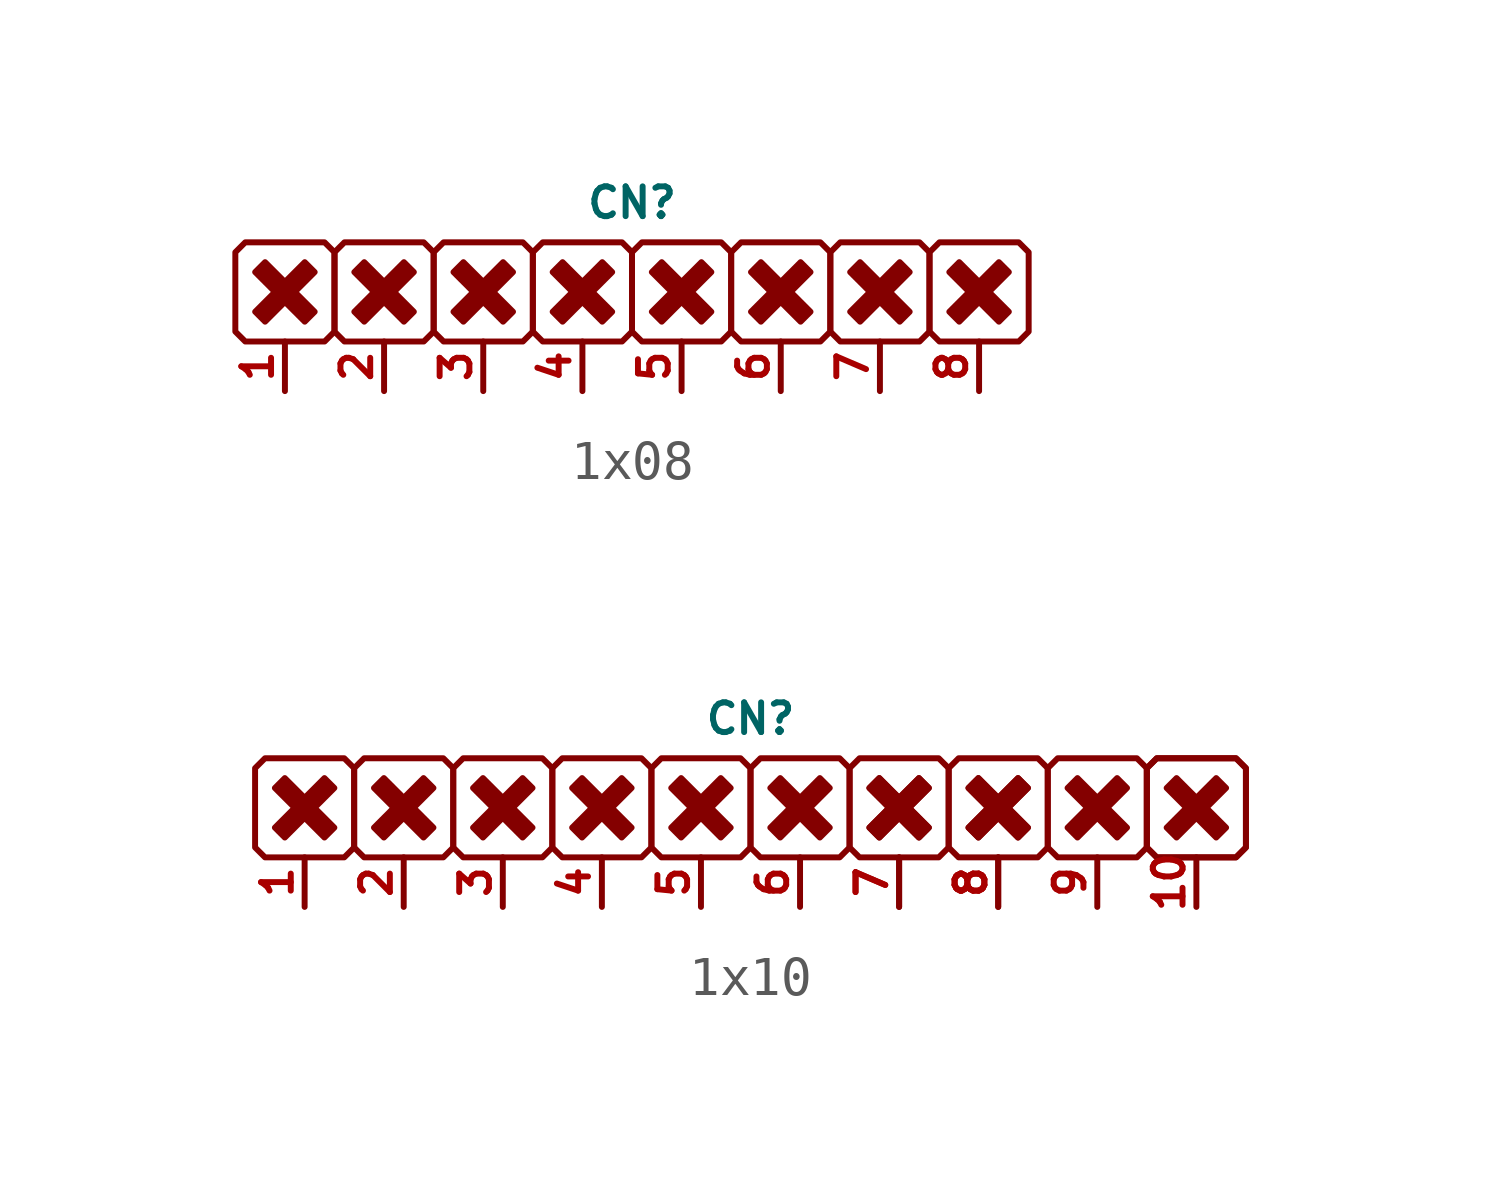
<source format=kicad_sym>
(kicad_symbol_lib
  (version 20220914)
  (generator kicad_symbol_editor)
  (symbol "1x08"
    (pin_names
      (offset 0) hide)
    (property "Reference" "CN"
      (at 0 4.826 0)
      (effects (font (size 0.762 0.762))))
    (symbol "1x08_0_1"
      (polyline (pts (xy -8.89 1.27) (xy -9.906 1.27) (xy -10.16 1.524) (xy -10.16 3.556) (xy -9.906 3.81) (xy -7.874 3.81) (xy -7.62 3.556) (xy -7.62 1.524) (xy -7.874 1.27) (xy -8.89 1.27)) (stroke (width 0) (type solid)) (fill (type none)))
      (polyline (pts (xy -6.35 1.27) (xy -7.366 1.27) (xy -7.62 1.524) (xy -7.62 3.556) (xy -7.366 3.81) (xy -5.334 3.81) (xy -5.08 3.556) (xy -5.08 1.524) (xy -5.334 1.27) (xy -6.35 1.27)) (stroke (width 0) (type solid)) (fill (type none)))
      (polyline (pts (xy -3.81 1.27) (xy -4.826 1.27) (xy -5.08 1.524) (xy -5.08 3.556) (xy -4.826 3.81) (xy -2.794 3.81) (xy -2.54 3.556) (xy -2.54 1.524) (xy -2.794 1.27) (xy -3.81 1.27)) (stroke (width 0) (type solid)) (fill (type none)))
      (polyline (pts (xy -1.27 1.27) (xy -2.286 1.27) (xy -2.54 1.524) (xy -2.54 3.556) (xy -2.286 3.81) (xy -0.254 3.81) (xy 0 3.556) (xy 0 1.524) (xy -0.254 1.27) (xy -1.27 1.27)) (stroke (width 0) (type solid)) (fill (type none)))
      (polyline (pts (xy 1.27 1.27) (xy 0.254 1.27) (xy 0 1.524) (xy 0 3.556) (xy 0.254 3.81) (xy 2.286 3.81) (xy 2.54 3.556) (xy 2.54 1.524) (xy 2.286 1.27) (xy 1.27 1.27)) (stroke (width 0) (type solid)) (fill (type none)))
      (polyline (pts (xy 3.81 1.27) (xy 2.794 1.27) (xy 2.54 1.524) (xy 2.54 3.556) (xy 2.794 3.81) (xy 4.826 3.81) (xy 5.08 3.556) (xy 5.08 1.524) (xy 4.826 1.27) (xy 3.81 1.27)) (stroke (width 0) (type solid)) (fill (type none)))
      (polyline (pts (xy 6.35 1.27) (xy 5.334 1.27) (xy 5.08 1.524) (xy 5.08 3.556) (xy 5.334 3.81) (xy 7.366 3.81) (xy 7.62 3.556) (xy 7.62 1.524) (xy 7.366 1.27) (xy 6.35 1.27)) (stroke (width 0) (type solid)) (fill (type none)))
      (polyline (pts (xy 8.89 1.27) (xy 7.874 1.27) (xy 7.62 1.524) (xy 7.62 3.556) (xy 7.874 3.81) (xy 9.906 3.81) (xy 10.16 3.556) (xy 10.16 1.524) (xy 9.906 1.27) (xy 8.89 1.27)) (stroke (width 0) (type solid)) (fill (type none)))
      (polyline (pts (xy -9.398 1.778) (xy -9.652 2.032) (xy -9.144 2.54) (xy -9.652 3.048) (xy -9.398 3.302) (xy -8.89 2.794) (xy -8.382 3.302) (xy -8.128 3.048) (xy -8.636 2.54) (xy -8.128 2.032) (xy -8.382 1.778) (xy -8.89 2.286) (xy -9.398 1.778)) (stroke (width 0) (type solid)) (fill (type outline)))
      (polyline (pts (xy -6.858 1.778) (xy -7.112 2.032) (xy -6.604 2.54) (xy -7.112 3.048) (xy -6.858 3.302) (xy -6.35 2.794) (xy -5.842 3.302) (xy -5.588 3.048) (xy -6.096 2.54) (xy -5.588 2.032) (xy -5.842 1.778) (xy -6.35 2.286) (xy -6.858 1.778)) (stroke (width 0) (type solid)) (fill (type outline)))
      (polyline (pts (xy -4.318 1.778) (xy -4.572 2.032) (xy -4.064 2.54) (xy -4.572 3.048) (xy -4.318 3.302) (xy -3.81 2.794) (xy -3.302 3.302) (xy -3.048 3.048) (xy -3.556 2.54) (xy -3.048 2.032) (xy -3.302 1.778) (xy -3.81 2.286) (xy -4.318 1.778)) (stroke (width 0) (type solid)) (fill (type outline)))
      (polyline (pts (xy -1.778 1.778) (xy -2.032 2.032) (xy -1.524 2.54) (xy -2.032 3.048) (xy -1.778 3.302) (xy -1.27 2.794) (xy -0.762 3.302) (xy -0.508 3.048) (xy -1.016 2.54) (xy -0.508 2.032) (xy -0.762 1.778) (xy -1.27 2.286) (xy -1.778 1.778)) (stroke (width 0) (type solid)) (fill (type outline)))
      (polyline (pts (xy 0.762 1.778) (xy 0.508 2.032) (xy 1.016 2.54) (xy 0.508 3.048) (xy 0.762 3.302) (xy 1.27 2.794) (xy 1.778 3.302) (xy 2.032 3.048) (xy 1.524 2.54) (xy 2.032 2.032) (xy 1.778 1.778) (xy 1.27 2.286) (xy 0.762 1.778)) (stroke (width 0) (type solid)) (fill (type outline)))
      (polyline (pts (xy 3.302 1.778) (xy 3.048 2.032) (xy 3.556 2.54) (xy 3.048 3.048) (xy 3.302 3.302) (xy 3.81 2.794) (xy 4.318 3.302) (xy 4.572 3.048) (xy 4.064 2.54) (xy 4.572 2.032) (xy 4.318 1.778) (xy 3.81 2.286) (xy 3.302 1.778)) (stroke (width 0) (type solid)) (fill (type outline)))
      (polyline (pts (xy 5.842 1.778) (xy 5.588 2.032) (xy 6.096 2.54) (xy 5.588 3.048) (xy 5.842 3.302) (xy 6.35 2.794) (xy 6.858 3.302) (xy 7.112 3.048) (xy 6.604 2.54) (xy 7.112 2.032) (xy 6.858 1.778) (xy 6.35 2.286) (xy 5.842 1.778)) (stroke (width 0) (type solid)) (fill (type outline)))
      (polyline (pts (xy 8.382 1.778) (xy 8.128 2.032) (xy 8.636 2.54) (xy 8.128 3.048) (xy 8.382 3.302) (xy 8.89 2.794) (xy 9.398 3.302) (xy 9.652 3.048) (xy 9.144 2.54) (xy 9.652 2.032) (xy 9.398 1.778) (xy 8.89 2.286) (xy 8.382 1.778)) (stroke (width 0) (type solid)) (fill (type outline))))
    (symbol "1x08_1_1"
      (pin passive line (at -8.89 0 90) (length 1.27) (name "1" (effects (font (size 0.762 0.762)))) (number "1" (effects (font (size 0.762 0.762)))))
      (pin passive line (at -6.35 0 90) (length 1.27) (name "2" (effects (font (size 0.762 0.762)))) (number "2" (effects (font (size 0.762 0.762)))))
      (pin passive line (at -3.81 0 90) (length 1.27) (name "3" (effects (font (size 0.762 0.762)))) (number "3" (effects (font (size 0.762 0.762)))))
      (pin passive line (at -1.27 0 90) (length 1.27) (name "4" (effects (font (size 0.762 0.762)))) (number "4" (effects (font (size 0.762 0.762)))))
      (pin passive line (at 1.27 0 90) (length 1.27) (name "5" (effects (font (size 0.762 0.762)))) (number "5" (effects (font (size 0.762 0.762)))))
      (pin passive line (at 3.81 0 90) (length 1.27) (name "6" (effects (font (size 0.762 0.762)))) (number "6" (effects (font (size 0.762 0.762)))))
      (pin passive line (at 6.35 0 90) (length 1.27) (name "7" (effects (font (size 0.762 0.762)))) (number "7" (effects (font (size 0.762 0.762)))))
      (pin passive line (at 8.89 0 90) (length 1.27) (name "8" (effects (font (size 0.762 0.762)))) (number "8" (effects (font (size 0.762 0.762)))))))
  (symbol "1x10"
    (pin_names
      (offset 0) hide)
    (property "Reference" "CN"
      (at 0 4.826 0)
      (effects (font (size 0.762 0.762))))
    (symbol "1x10_0_1"
      (polyline (pts (xy -11.43 1.27) (xy -12.446 1.27) (xy -12.7 1.524) (xy -12.7 3.556) (xy -12.446 3.81) (xy -10.414 3.81) (xy -10.16 3.556) (xy -10.16 1.524) (xy -10.414 1.27) (xy -11.43 1.27)) (stroke (width 0) (type solid)) (fill (type none)))
      (polyline (pts (xy -8.89 1.27) (xy -9.906 1.27) (xy -10.16 1.524) (xy -10.16 3.556) (xy -9.906 3.81) (xy -7.874 3.81) (xy -7.62 3.556) (xy -7.62 1.524) (xy -7.874 1.27) (xy -8.89 1.27)) (stroke (width 0) (type solid)) (fill (type none)))
      (polyline (pts (xy -6.35 1.27) (xy -7.366 1.27) (xy -7.62 1.524) (xy -7.62 3.556) (xy -7.366 3.81) (xy -5.334 3.81) (xy -5.08 3.556) (xy -5.08 1.524) (xy -5.334 1.27) (xy -6.35 1.27)) (stroke (width 0) (type solid)) (fill (type none)))
      (polyline (pts (xy -3.81 1.27) (xy -4.826 1.27) (xy -5.08 1.524) (xy -5.08 3.556) (xy -4.826 3.81) (xy -2.794 3.81) (xy -2.54 3.556) (xy -2.54 1.524) (xy -2.794 1.27) (xy -3.81 1.27)) (stroke (width 0) (type solid)) (fill (type none)))
      (polyline (pts (xy -1.27 1.27) (xy -2.286 1.27) (xy -2.54 1.524) (xy -2.54 3.556) (xy -2.286 3.81) (xy -0.254 3.81) (xy 0 3.556) (xy 0 1.524) (xy -0.254 1.27) (xy -1.27 1.27)) (stroke (width 0) (type solid)) (fill (type none)))
      (polyline (pts (xy 1.27 1.27) (xy 0.254 1.27) (xy 0 1.524) (xy 0 3.556) (xy 0.254 3.81) (xy 2.286 3.81) (xy 2.54 3.556) (xy 2.54 1.524) (xy 2.286 1.27) (xy 1.27 1.27)) (stroke (width 0) (type solid)) (fill (type none)))
      (polyline (pts (xy 3.81 1.27) (xy 2.794 1.27) (xy 2.54 1.524) (xy 2.54 3.556) (xy 2.794 3.81) (xy 4.826 3.81) (xy 5.08 3.556) (xy 5.08 1.524) (xy 4.826 1.27) (xy 3.81 1.27)) (stroke (width 0) (type solid)) (fill (type none)))
      (polyline (pts (xy 6.35 1.27) (xy 5.334 1.27) (xy 5.08 1.524) (xy 5.08 3.556) (xy 5.334 3.81) (xy 7.366 3.81) (xy 7.62 3.556) (xy 7.62 1.524) (xy 7.366 1.27) (xy 6.35 1.27)) (stroke (width 0) (type solid)) (fill (type none)))
      (polyline (pts (xy 8.89 1.27) (xy 7.874 1.27) (xy 7.62 1.524) (xy 7.62 3.556) (xy 7.874 3.81) (xy 9.906 3.81) (xy 10.16 3.556) (xy 10.16 1.524) (xy 9.906 1.27) (xy 8.89 1.27)) (stroke (width 0) (type solid)) (fill (type none)))
      (polyline (pts (xy 11.43 1.27) (xy 10.414 1.27) (xy 10.16 1.524) (xy 10.16 3.556) (xy 10.414 3.81) (xy 12.446 3.81) (xy 12.7 3.556) (xy 12.7 1.524) (xy 12.446 1.27) (xy 11.43 1.27)) (stroke (width 0) (type solid)) (fill (type none)))
      (polyline (pts (xy 11.43 1.27) (xy 10.414 1.27) (xy 10.16 1.524) (xy 10.16 3.556) (xy 10.414 3.81) (xy 12.446 3.81) (xy 12.7 3.556) (xy 12.7 1.524) (xy 12.446 1.27) (xy 11.43 1.27)) (stroke (width 0) (type solid)) (fill (type none)))
      (polyline (pts (xy -11.938 1.778) (xy -12.192 2.032) (xy -11.684 2.54) (xy -12.192 3.048) (xy -11.938 3.302) (xy -11.43 2.794) (xy -10.922 3.302) (xy -10.668 3.048) (xy -11.176 2.54) (xy -10.668 2.032) (xy -10.922 1.778) (xy -11.43 2.286) (xy -11.938 1.778)) (stroke (width 0) (type solid)) (fill (type outline)))
      (polyline (pts (xy -9.398 1.778) (xy -9.652 2.032) (xy -9.144 2.54) (xy -9.652 3.048) (xy -9.398 3.302) (xy -8.89 2.794) (xy -8.382 3.302) (xy -8.128 3.048) (xy -8.636 2.54) (xy -8.128 2.032) (xy -8.382 1.778) (xy -8.89 2.286) (xy -9.398 1.778)) (stroke (width 0) (type solid)) (fill (type outline)))
      (polyline (pts (xy -6.858 1.778) (xy -7.112 2.032) (xy -6.604 2.54) (xy -7.112 3.048) (xy -6.858 3.302) (xy -6.35 2.794) (xy -5.842 3.302) (xy -5.588 3.048) (xy -6.096 2.54) (xy -5.588 2.032) (xy -5.842 1.778) (xy -6.35 2.286) (xy -6.858 1.778)) (stroke (width 0) (type solid)) (fill (type outline)))
      (polyline (pts (xy -4.318 1.778) (xy -4.572 2.032) (xy -4.064 2.54) (xy -4.572 3.048) (xy -4.318 3.302) (xy -3.81 2.794) (xy -3.302 3.302) (xy -3.048 3.048) (xy -3.556 2.54) (xy -3.048 2.032) (xy -3.302 1.778) (xy -3.81 2.286) (xy -4.318 1.778)) (stroke (width 0) (type solid)) (fill (type outline)))
      (polyline (pts (xy -1.778 1.778) (xy -2.032 2.032) (xy -1.524 2.54) (xy -2.032 3.048) (xy -1.778 3.302) (xy -1.27 2.794) (xy -0.762 3.302) (xy -0.508 3.048) (xy -1.016 2.54) (xy -0.508 2.032) (xy -0.762 1.778) (xy -1.27 2.286) (xy -1.778 1.778)) (stroke (width 0) (type solid)) (fill (type outline)))
      (polyline (pts (xy 0.762 1.778) (xy 0.508 2.032) (xy 1.016 2.54) (xy 0.508 3.048) (xy 0.762 3.302) (xy 1.27 2.794) (xy 1.778 3.302) (xy 2.032 3.048) (xy 1.524 2.54) (xy 2.032 2.032) (xy 1.778 1.778) (xy 1.27 2.286) (xy 0.762 1.778)) (stroke (width 0) (type solid)) (fill (type outline)))
      (polyline (pts (xy 3.302 1.778) (xy 3.048 2.032) (xy 3.556 2.54) (xy 3.048 3.048) (xy 3.302 3.302) (xy 3.81 2.794) (xy 4.318 3.302) (xy 4.572 3.048) (xy 4.064 2.54) (xy 4.572 2.032) (xy 4.318 1.778) (xy 3.81 2.286) (xy 3.302 1.778)) (stroke (width 0) (type solid)) (fill (type outline)))
      (polyline (pts (xy 3.302 1.778) (xy 3.048 2.032) (xy 3.556 2.54) (xy 3.048 3.048) (xy 3.302 3.302) (xy 3.81 2.794) (xy 4.318 3.302) (xy 4.572 3.048) (xy 4.064 2.54) (xy 4.572 2.032) (xy 4.318 1.778) (xy 3.81 2.286) (xy 3.302 1.778)) (stroke (width 0) (type solid)) (fill (type outline)))
      (polyline (pts (xy 5.842 1.778) (xy 5.588 2.032) (xy 6.096 2.54) (xy 5.588 3.048) (xy 5.842 3.302) (xy 6.35 2.794) (xy 6.858 3.302) (xy 7.112 3.048) (xy 6.604 2.54) (xy 7.112 2.032) (xy 6.858 1.778) (xy 6.35 2.286) (xy 5.842 1.778)) (stroke (width 0) (type solid)) (fill (type outline)))
      (polyline (pts (xy 5.842 1.778) (xy 5.588 2.032) (xy 6.096 2.54) (xy 5.588 3.048) (xy 5.842 3.302) (xy 6.35 2.794) (xy 6.858 3.302) (xy 7.112 3.048) (xy 6.604 2.54) (xy 7.112 2.032) (xy 6.858 1.778) (xy 6.35 2.286) (xy 5.842 1.778)) (stroke (width 0) (type solid)) (fill (type outline)))
      (polyline (pts (xy 8.382 1.778) (xy 8.128 2.032) (xy 8.636 2.54) (xy 8.128 3.048) (xy 8.382 3.302) (xy 8.89 2.794) (xy 9.398 3.302) (xy 9.652 3.048) (xy 9.144 2.54) (xy 9.652 2.032) (xy 9.398 1.778) (xy 8.89 2.286) (xy 8.382 1.778)) (stroke (width 0) (type solid)) (fill (type outline)))
      (polyline (pts (xy 10.922 1.778) (xy 10.668 2.032) (xy 11.176 2.54) (xy 10.668 3.048) (xy 10.922 3.302) (xy 11.43 2.794) (xy 11.938 3.302) (xy 12.192 3.048) (xy 11.684 2.54) (xy 12.192 2.032) (xy 11.938 1.778) (xy 11.43 2.286) (xy 10.922 1.778)) (stroke (width 0) (type solid)) (fill (type outline))))
    (symbol "1x10_1_1"
      (pin passive line (at -11.43 0 90) (length 1.27) (name "1" (effects (font (size 0.762 0.762)))) (number "1" (effects (font (size 0.762 0.762)))))
      (pin passive line (at 11.43 0 90) (length 1.27) (name "10" (effects (font (size 0.762 0.762)))) (number "10" (effects (font (size 0.762 0.762)))))
      (pin passive line (at -8.89 0 90) (length 1.27) (name "2" (effects (font (size 0.762 0.762)))) (number "2" (effects (font (size 0.762 0.762)))))
      (pin passive line (at -6.35 0 90) (length 1.27) (name "3" (effects (font (size 0.762 0.762)))) (number "3" (effects (font (size 0.762 0.762)))))
      (pin passive line (at -3.81 0 90) (length 1.27) (name "4" (effects (font (size 0.762 0.762)))) (number "4" (effects (font (size 0.762 0.762)))))
      (pin passive line (at -1.27 0 90) (length 1.27) (name "5" (effects (font (size 0.762 0.762)))) (number "5" (effects (font (size 0.762 0.762)))))
      (pin passive line (at 1.27 0 90) (length 1.27) (name "6" (effects (font (size 0.762 0.762)))) (number "6" (effects (font (size 0.762 0.762)))))
      (pin passive line (at 3.81 0 90) (length 1.27) (name "7" (effects (font (size 0.762 0.762)))) (number "7" (effects (font (size 0.762 0.762)))))
      (pin passive line (at 3.81 0 90) (length 1.27) (name "7" (effects (font (size 0.762 0.762)))) (number "7" (effects (font (size 0.762 0.762)))))
      (pin passive line (at 6.35 0 90) (length 1.27) (name "8" (effects (font (size 0.762 0.762)))) (number "8" (effects (font (size 0.762 0.762)))))
      (pin passive line (at 6.35 0 90) (length 1.27) (name "8" (effects (font (size 0.762 0.762)))) (number "8" (effects (font (size 0.762 0.762)))))
      (pin passive line (at 8.89 0 90) (length 1.27) (name "9" (effects (font (size 0.762 0.762)))) (number "9" (effects (font (size 0.762 0.762))))))))
</source>
